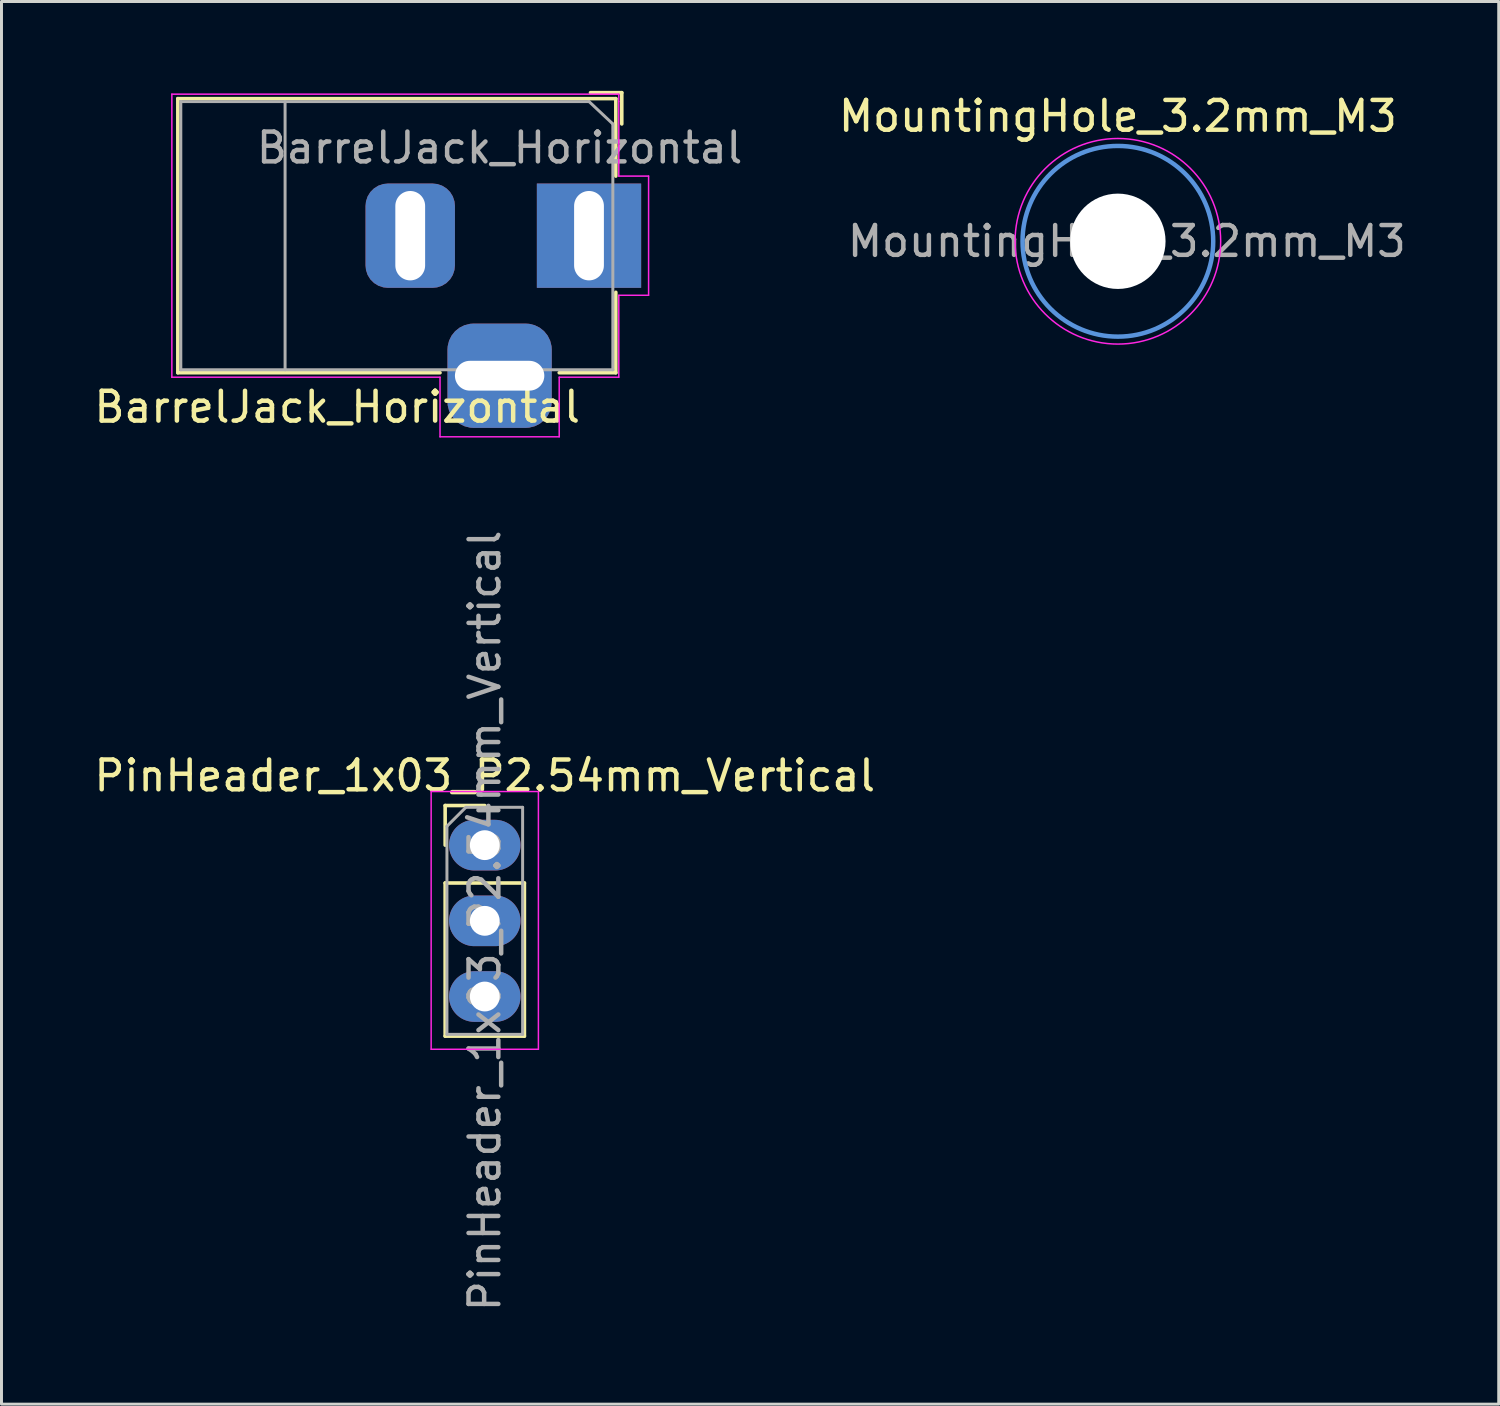
<source format=kicad_pcb>
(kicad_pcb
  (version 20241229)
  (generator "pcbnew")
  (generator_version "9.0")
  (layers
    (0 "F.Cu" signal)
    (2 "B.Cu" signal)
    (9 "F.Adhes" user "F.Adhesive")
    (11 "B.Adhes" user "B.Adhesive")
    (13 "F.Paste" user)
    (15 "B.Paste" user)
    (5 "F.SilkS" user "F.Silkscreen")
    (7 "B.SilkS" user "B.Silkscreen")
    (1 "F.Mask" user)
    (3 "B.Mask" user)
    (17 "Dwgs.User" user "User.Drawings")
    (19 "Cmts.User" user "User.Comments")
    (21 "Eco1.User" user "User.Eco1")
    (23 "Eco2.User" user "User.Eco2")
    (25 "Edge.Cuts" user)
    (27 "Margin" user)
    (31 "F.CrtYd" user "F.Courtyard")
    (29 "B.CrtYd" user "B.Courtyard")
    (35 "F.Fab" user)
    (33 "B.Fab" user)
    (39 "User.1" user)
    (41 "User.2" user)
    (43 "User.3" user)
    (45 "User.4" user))
  (footprint "BarrelJack_Horizontal"
    (layer "F.Cu")
    (at 16.718 4.86)
    (property "Reference" "BarrelJack_Horizontal" (at -8.45 5.75 180) (layer "F.SilkS") (effects (font (size 1 1) (thickness 0.15))))
    (attr through_hole)
    (fp_line (start -13.8 -4.6) (end 0.9 -4.6) (stroke (width 0.12) (type solid)) (layer "F.SilkS"))
    (fp_line (start -13.8 4.6) (end -13.8 -4.6) (stroke (width 0.12) (type solid)) (layer "F.SilkS"))
    (fp_line (start -5 4.6) (end -13.8 4.6) (stroke (width 0.12) (type solid)) (layer "F.SilkS"))
    (fp_line (start 0.05 -4.8) (end 1.1 -4.8) (stroke (width 0.12) (type solid)) (layer "F.SilkS"))
    (fp_line (start 0.9 -4.6) (end 0.9 -2) (stroke (width 0.12) (type solid)) (layer "F.SilkS"))
    (fp_line (start 0.9 1.9) (end 0.9 4.6) (stroke (width 0.12) (type solid)) (layer "F.SilkS"))
    (fp_line (start 0.9 4.6) (end -1 4.6) (stroke (width 0.12) (type solid)) (layer "F.SilkS"))
    (fp_line (start 1.1 -3.75) (end 1.1 -4.8) (stroke (width 0.12) (type solid)) (layer "F.SilkS"))
    (fp_line (start -14 4.75) (end -14 -4.75) (stroke (width 0.05) (type solid)) (layer "F.CrtYd"))
    (fp_line (start -5 4.75) (end -14 4.75) (stroke (width 0.05) (type solid)) (layer "F.CrtYd"))
    (fp_line (start -5 6.75) (end -5 4.75) (stroke (width 0.05) (type solid)) (layer "F.CrtYd"))
    (fp_line (start -1 4.75) (end -1 6.75) (stroke (width 0.05) (type solid)) (layer "F.CrtYd"))
    (fp_line (start -1 6.75) (end -5 6.75) (stroke (width 0.05) (type solid)) (layer "F.CrtYd"))
    (fp_line (start 1 -4.75) (end -14 -4.75) (stroke (width 0.05) (type solid)) (layer "F.CrtYd"))
    (fp_line (start 1 -4.5) (end 1 -4.75) (stroke (width 0.05) (type solid)) (layer "F.CrtYd"))
    (fp_line (start 1 -4.5) (end 1 -2) (stroke (width 0.05) (type solid)) (layer "F.CrtYd"))
    (fp_line (start 1 -2) (end 2 -2) (stroke (width 0.05) (type solid)) (layer "F.CrtYd"))
    (fp_line (start 1 2) (end 1 4.75) (stroke (width 0.05) (type solid)) (layer "F.CrtYd"))
    (fp_line (start 1 4.75) (end -1 4.75) (stroke (width 0.05) (type solid)) (layer "F.CrtYd"))
    (fp_line (start 2 -2) (end 2 2) (stroke (width 0.05) (type solid)) (layer "F.CrtYd"))
    (fp_line (start 2 2) (end 1 2) (stroke (width 0.05) (type solid)) (layer "F.CrtYd"))
    (fp_line (start -13.7 -4.5) (end -13.7 4.5) (stroke (width 0.1) (type solid)) (layer "F.Fab"))
    (fp_line (start -13.7 4.5) (end 0.8 4.5) (stroke (width 0.1) (type solid)) (layer "F.Fab"))
    (fp_line (start -10.2 -4.5) (end -10.2 4.5) (stroke (width 0.1) (type solid)) (layer "F.Fab"))
    (fp_line (start -0.003 -4.505) (end 0.8 -3.75) (stroke (width 0.1) (type solid)) (layer "F.Fab"))
    (fp_line (start 0 -4.5) (end -13.7 -4.5) (stroke (width 0.1) (type solid)) (layer "F.Fab"))
    (fp_line (start 0.8 4.5) (end 0.8 -3.75) (stroke (width 0.1) (type solid)) (layer "F.Fab"))
    (fp_text user "${REFERENCE}" (at -3 -2.95 180) (layer "F.Fab") (effects (font (size 1 1) (thickness 0.15))))
    (pad "1" thru_hole rect (at 0 0) (size 3.5 3.5) (drill oval 1 3) (layers "*.Cu" "*.Mask"))
    (pad "2" thru_hole roundrect (at -6 0) (size 3 3.5) (drill oval 1 3) (layers "*.Cu" "*.Mask") (roundrect_rratio 0.25))
    (pad "3" thru_hole roundrect (at -3 4.7) (size 3.5 3.5) (drill oval 3 1) (layers "*.Cu" "*.Mask") (roundrect_rratio 0.25)))
  (footprint "PinHeader_1x03_P2.54mm_Vertical"
    (layer "F.Cu")
    (at 13.22 25.315)
    (property "Reference" "PinHeader_1x03_P2.54mm_Vertical" (at 0 -2.33 180) (layer "F.SilkS") (effects (font (size 1 1) (thickness 0.15))))
    (attr through_hole)
    (fp_line (start -1.33 -1.33) (end 0 -1.33) (stroke (width 0.12) (type solid)) (layer "F.SilkS"))
    (fp_line (start -1.33 0) (end -1.33 -1.33) (stroke (width 0.12) (type solid)) (layer "F.SilkS"))
    (fp_line (start -1.33 1.27) (end -1.33 6.41) (stroke (width 0.12) (type solid)) (layer "F.SilkS"))
    (fp_line (start -1.33 1.27) (end 1.33 1.27) (stroke (width 0.12) (type solid)) (layer "F.SilkS"))
    (fp_line (start -1.33 6.41) (end 1.33 6.41) (stroke (width 0.12) (type solid)) (layer "F.SilkS"))
    (fp_line (start 1.33 1.27) (end 1.33 6.41) (stroke (width 0.12) (type solid)) (layer "F.SilkS"))
    (fp_line (start -1.8 -1.8) (end -1.8 6.85) (stroke (width 0.05) (type solid)) (layer "F.CrtYd"))
    (fp_line (start -1.8 6.85) (end 1.8 6.85) (stroke (width 0.05) (type solid)) (layer "F.CrtYd"))
    (fp_line (start 1.8 -1.8) (end -1.8 -1.8) (stroke (width 0.05) (type solid)) (layer "F.CrtYd"))
    (fp_line (start 1.8 6.85) (end 1.8 -1.8) (stroke (width 0.05) (type solid)) (layer "F.CrtYd"))
    (fp_line (start -1.27 -0.635) (end -0.635 -1.27) (stroke (width 0.1) (type solid)) (layer "F.Fab"))
    (fp_line (start -1.27 6.35) (end -1.27 -0.635) (stroke (width 0.1) (type solid)) (layer "F.Fab"))
    (fp_line (start -0.635 -1.27) (end 1.27 -1.27) (stroke (width 0.1) (type solid)) (layer "F.Fab"))
    (fp_line (start 1.27 -1.27) (end 1.27 6.35) (stroke (width 0.1) (type solid)) (layer "F.Fab"))
    (fp_line (start 1.27 6.35) (end -1.27 6.35) (stroke (width 0.1) (type solid)) (layer "F.Fab"))
    (fp_text user "${REFERENCE}" (at 0 2.54 90) (layer "F.Fab") (effects (font (size 1 1) (thickness 0.15))))
    (pad "1" thru_hole oval (at 0 0) (size 2.4 1.7) (drill 1) (layers "*.Cu" "*.Mask"))
    (pad "2" thru_hole oval (at 0 2.54) (size 2.4 1.7) (drill 1) (layers "*.Cu" "*.Mask"))
    (pad "3" thru_hole oval (at 0 5.08) (size 2.4 1.7) (drill 1) (layers "*.Cu" "*.Mask")))
  (footprint "MountingHole_3.2mm_M3"
    (layer "F.Cu")
    (at 34.468 5.048)
    (property "Reference" "MountingHole_3.2mm_M3" (at 0 -4.2 0) (layer "F.SilkS") (effects (font (size 1 1) (thickness 0.15))))
    (attr exclude_from_pos_files exclude_from_bom)
    (fp_circle (center 0 0) (end 3.2 0) (stroke (width 0.15) (type solid)) (fill no) (layer "Cmts.User"))
    (fp_circle (center 0 0) (end 3.45 0) (stroke (width 0.05) (type solid)) (fill no) (layer "F.CrtYd"))
    (fp_text user "${REFERENCE}" (at 0.3 0 0) (layer "F.Fab") (effects (font (size 1 1) (thickness 0.15))))
    (pad "" np_thru_hole circle (at 0 0) (size 3.2 3.2) (drill 3.2) (layers "*.Cu" "*.Mask")))
  (gr_rect
    (start -3 -3)
    (end 47.25 44.075)
    (stroke (width 0.1) (type default))
    (fill no)
    (layer "Edge.Cuts")))
</source>
